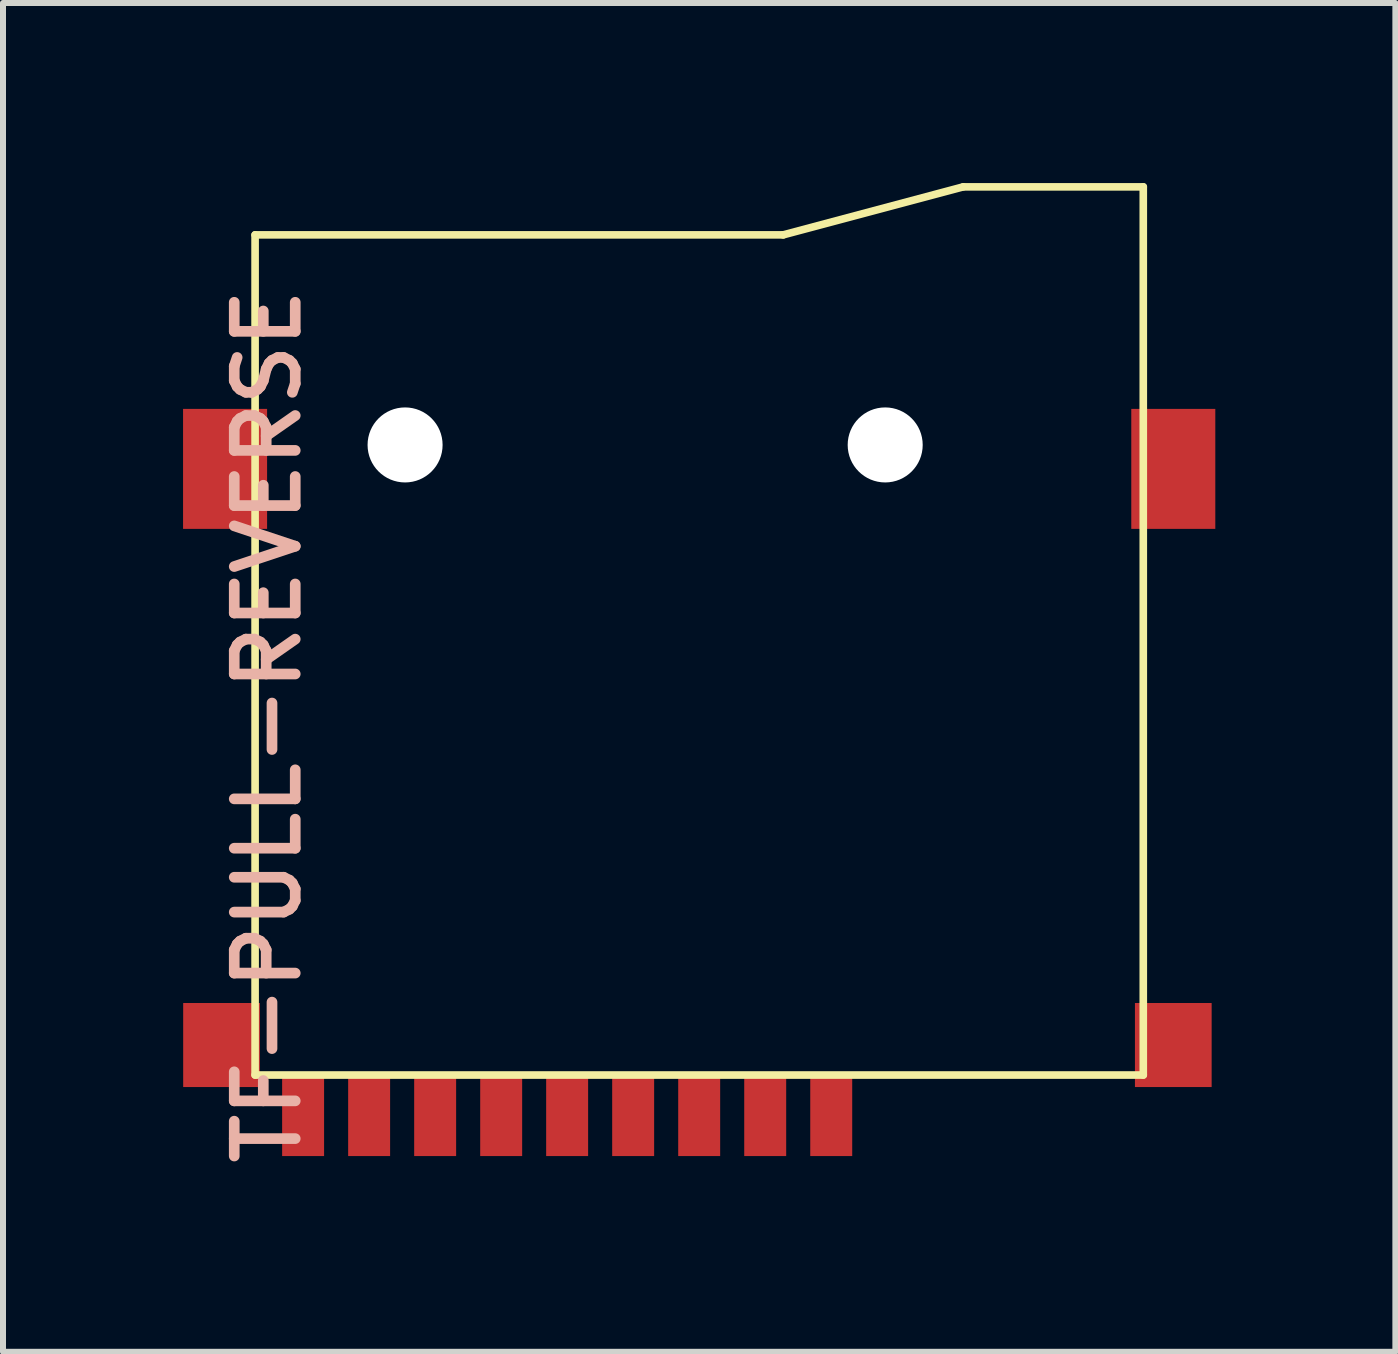
<source format=kicad_pcb>
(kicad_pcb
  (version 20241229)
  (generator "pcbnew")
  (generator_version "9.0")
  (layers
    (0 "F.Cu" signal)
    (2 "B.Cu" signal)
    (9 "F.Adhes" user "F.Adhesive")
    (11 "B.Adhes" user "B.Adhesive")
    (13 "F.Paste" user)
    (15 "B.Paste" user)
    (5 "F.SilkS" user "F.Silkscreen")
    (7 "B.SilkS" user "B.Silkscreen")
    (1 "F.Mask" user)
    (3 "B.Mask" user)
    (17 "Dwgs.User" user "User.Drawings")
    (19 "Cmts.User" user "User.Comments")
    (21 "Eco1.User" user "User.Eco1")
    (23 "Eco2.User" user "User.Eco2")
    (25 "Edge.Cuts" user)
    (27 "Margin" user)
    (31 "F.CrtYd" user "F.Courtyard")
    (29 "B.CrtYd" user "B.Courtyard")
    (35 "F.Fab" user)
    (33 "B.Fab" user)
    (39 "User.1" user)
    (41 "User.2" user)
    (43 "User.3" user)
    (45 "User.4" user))
  (footprint "TF-PULL-REVERSE"
    (layer "F.Cu")
    (at 8.599 7.612)
    (property "Reference" "TF-PULL-REVERSE" (at -7.191 1.438 270) (layer "B.SilkS") (effects (font (size 1.016 1.016) (thickness 0.178))))
    (attr smd)
    (fp_line (start -7.399 -6.749) (end 1.4 -6.749) (stroke (width 0.127) (type solid)) (layer "F.SilkS"))
    (fp_line (start -7.399 7.249) (end -7.399 -6.749) (stroke (width 0.127) (type solid)) (layer "F.SilkS"))
    (fp_line (start 1.4 -6.749) (end 4.399 -7.549) (stroke (width 0.127) (type solid)) (layer "F.SilkS"))
    (fp_line (start 4.399 -7.549) (end 7.399 -7.549) (stroke (width 0.127) (type solid)) (layer "F.SilkS"))
    (fp_line (start 7.399 -7.549) (end 7.399 7.249) (stroke (width 0.127) (type solid)) (layer "F.SilkS"))
    (fp_line (start 7.399 7.249) (end -7.399 7.249) (stroke (width 0.127) (type solid)) (layer "F.SilkS"))
    (pad "" np_thru_hole circle (at -4.9 -3.249) (size 1.25 1.25) (drill 1.25) (layers "*.Cu" "*.Mask"))
    (pad "" np_thru_hole circle (at 3.099 -3.249) (size 1.25 1.25) (drill 1.25) (layers "*.Cu" "*.Mask"))
    (pad "1" smd rect (at 2.2 7.899 180) (size 0.699 1.4) (layers "F.Cu" "F.Mask" "F.Paste"))
    (pad "2" smd rect (at 1.1 7.899 180) (size 0.699 1.4) (layers "F.Cu" "F.Mask" "F.Paste"))
    (pad "3" smd rect (at 0 7.899 180) (size 0.699 1.4) (layers "F.Cu" "F.Mask" "F.Paste"))
    (pad "4" smd rect (at -1.1 7.899 180) (size 0.699 1.4) (layers "F.Cu" "F.Mask" "F.Paste"))
    (pad "5" smd rect (at -2.2 7.899 180) (size 0.699 1.4) (layers "F.Cu" "F.Mask" "F.Paste"))
    (pad "6" smd rect (at -3.299 7.899 180) (size 0.699 1.4) (layers "F.Cu" "F.Mask" "F.Paste"))
    (pad "7" smd rect (at -4.399 7.899 180) (size 0.699 1.4) (layers "F.Cu" "F.Mask" "F.Paste"))
    (pad "8" smd rect (at -5.499 7.899 180) (size 0.699 1.4) (layers "F.Cu" "F.Mask" "F.Paste"))
    (pad "9" smd rect (at -6.599 7.899 180) (size 0.699 1.4) (layers "F.Cu" "F.Mask" "F.Paste"))
    (pad "S1" smd rect (at 7.899 -2.85 180) (size 1.4 1.999) (layers "F.Cu" "F.Mask" "F.Paste"))
    (pad "S2" smd rect (at -7.899 -2.85 180) (size 1.4 1.999) (layers "F.Cu" "F.Mask" "F.Paste"))
    (pad "S3" smd rect (at -7.958 6.749 180) (size 1.278 1.4) (layers "F.Cu" "F.Mask" "F.Paste"))
    (pad "S3" smd rect (at 7.899 6.749 180) (size 1.278 1.4) (layers "F.Cu" "F.Mask" "F.Paste")))
  (gr_rect
    (start -3 -3)
    (end 20.198 19.472)
    (stroke (width 0.1) (type default))
    (fill no)
    (layer "Edge.Cuts")))
</source>
